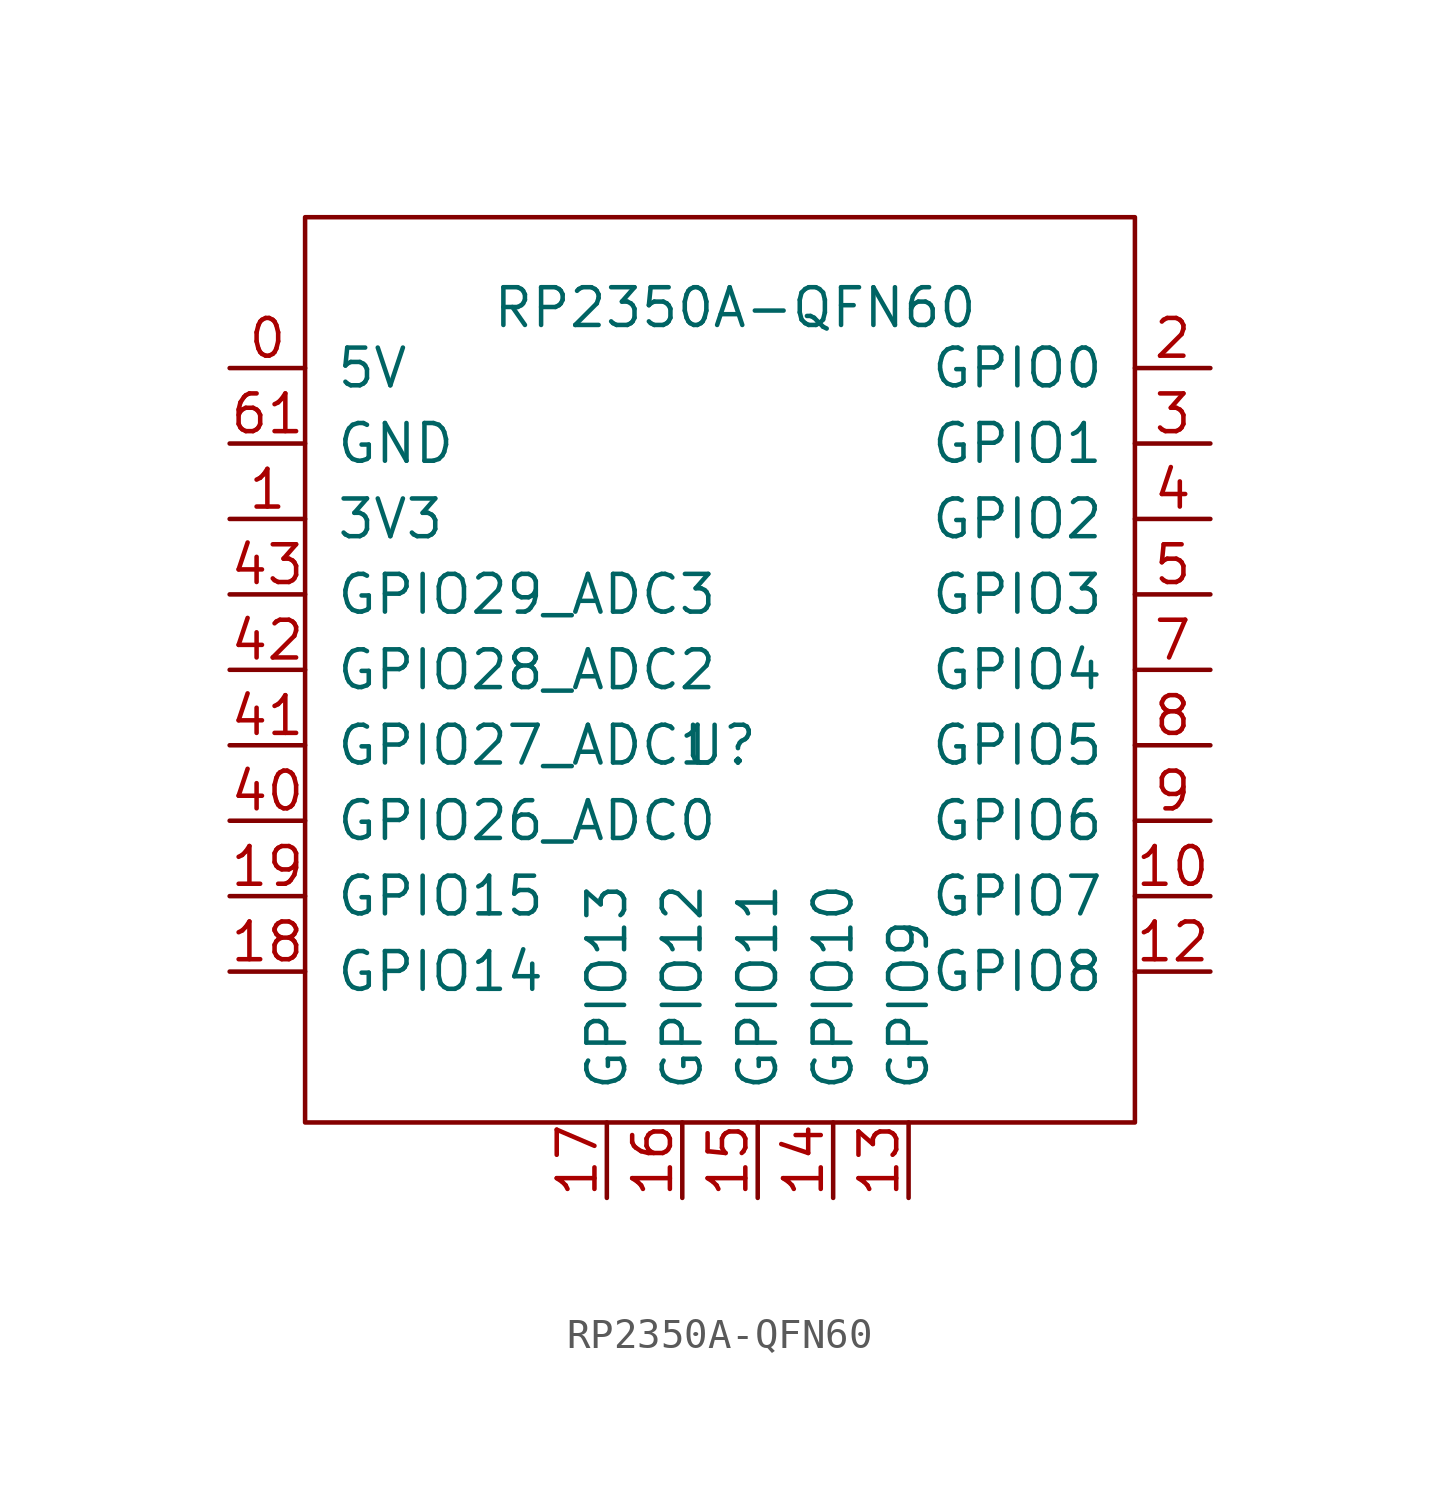
<source format=kicad_sym>
(kicad_symbol_lib
  (version 20231120)
  (generator "kicad_symbol_editor")
  (generator_version "8.0")
  (symbol "RP2350A-QFN60"
    (pin_names
      (offset 1.016))
    (property "Reference" "U"
      (at 0 -1.27 0)
      (effects (font (size 1.27 1.27))))
    (property "Value" "RP2350A-QFN60"
      (at 0.508 13.462 0)
      (effects (font (size 1.27 1.27))))
    (symbol "RP2350A-QFN60_0_1"
      (rectangle (start -13.97 16.51) (end 13.97 -13.97) (stroke (width 0) (type default)) (fill (type none))))
    (symbol "RP2350A-QFN60_1_0"
      (pin passive line (at -16.51 8.89 0) (length 2.54) (name "GND" (effects (font (size 1.27 1.27)))) (number "61" (effects (font (size 1.27 1.27))))))
    (symbol "RP2350A-QFN60_1_1"
      (pin power_in line (at -16.51 11.43 0) (length 2.54) (name "5V" (effects (font (size 1.27 1.27)))) (number "0" (effects (font (size 1.27 1.27)))))
      (pin power_in line (at -16.51 6.35 0) (length 2.54) (name "3V3" (effects (font (size 1.27 1.27)))) (number "1" (effects (font (size 1.27 1.27)))))
      (pin bidirectional line (at 16.51 -6.35 180) (length 2.54) (name "GPIO7" (effects (font (size 1.27 1.27)))) (number "10" (effects (font (size 1.27 1.27)))))
      (pin bidirectional line (at 16.51 -8.89 180) (length 2.54) (name "GPIO8" (effects (font (size 1.27 1.27)))) (number "12" (effects (font (size 1.27 1.27)))))
      (pin bidirectional line (at 6.35 -16.51 90) (length 2.54) (name "GPIO9" (effects (font (size 1.27 1.27)))) (number "13" (effects (font (size 1.27 1.27)))))
      (pin bidirectional line (at 3.81 -16.51 90) (length 2.54) (name "GPIO10" (effects (font (size 1.27 1.27)))) (number "14" (effects (font (size 1.27 1.27)))))
      (pin bidirectional line (at 1.27 -16.51 90) (length 2.54) (name "GPIO11" (effects (font (size 1.27 1.27)))) (number "15" (effects (font (size 1.27 1.27)))))
      (pin bidirectional line (at -1.27 -16.51 90) (length 2.54) (name "GPIO12" (effects (font (size 1.27 1.27)))) (number "16" (effects (font (size 1.27 1.27)))))
      (pin bidirectional line (at -3.81 -16.51 90) (length 2.54) (name "GPIO13" (effects (font (size 1.27 1.27)))) (number "17" (effects (font (size 1.27 1.27)))))
      (pin bidirectional line (at -16.51 -8.89 0) (length 2.54) (name "GPIO14" (effects (font (size 1.27 1.27)))) (number "18" (effects (font (size 1.27 1.27)))))
      (pin bidirectional line (at -16.51 -6.35 0) (length 2.54) (name "GPIO15" (effects (font (size 1.27 1.27)))) (number "19" (effects (font (size 1.27 1.27)))))
      (pin bidirectional line (at 16.51 11.43 180) (length 2.54) (name "GPIO0" (effects (font (size 1.27 1.27)))) (number "2" (effects (font (size 1.27 1.27)))))
      (pin bidirectional line (at 16.51 8.89 180) (length 2.54) (name "GPIO1" (effects (font (size 1.27 1.27)))) (number "3" (effects (font (size 1.27 1.27)))))
      (pin bidirectional line (at 16.51 6.35 180) (length 2.54) (name "GPIO2" (effects (font (size 1.27 1.27)))) (number "4" (effects (font (size 1.27 1.27)))))
      (pin bidirectional line (at -16.51 -3.81 0) (length 2.54) (name "GPIO26_ADC0" (effects (font (size 1.27 1.27)))) (number "40" (effects (font (size 1.27 1.27)))))
      (pin bidirectional line (at -16.51 -1.27 0) (length 2.54) (name "GPIO27_ADC1" (effects (font (size 1.27 1.27)))) (number "41" (effects (font (size 1.27 1.27)))))
      (pin bidirectional line (at -16.51 1.27 0) (length 2.54) (name "GPIO28_ADC2" (effects (font (size 1.27 1.27)))) (number "42" (effects (font (size 1.27 1.27)))))
      (pin bidirectional line (at -16.51 3.81 0) (length 2.54) (name "GPIO29_ADC3" (effects (font (size 1.27 1.27)))) (number "43" (effects (font (size 1.27 1.27)))))
      (pin bidirectional line (at 16.51 3.81 180) (length 2.54) (name "GPIO3" (effects (font (size 1.27 1.27)))) (number "5" (effects (font (size 1.27 1.27)))))
      (pin bidirectional line (at 16.51 1.27 180) (length 2.54) (name "GPIO4" (effects (font (size 1.27 1.27)))) (number "7" (effects (font (size 1.27 1.27)))))
      (pin bidirectional line (at 16.51 -1.27 180) (length 2.54) (name "GPIO5" (effects (font (size 1.27 1.27)))) (number "8" (effects (font (size 1.27 1.27)))))
      (pin bidirectional line (at 16.51 -3.81 180) (length 2.54) (name "GPIO6" (effects (font (size 1.27 1.27)))) (number "9" (effects (font (size 1.27 1.27))))))))
</source>
